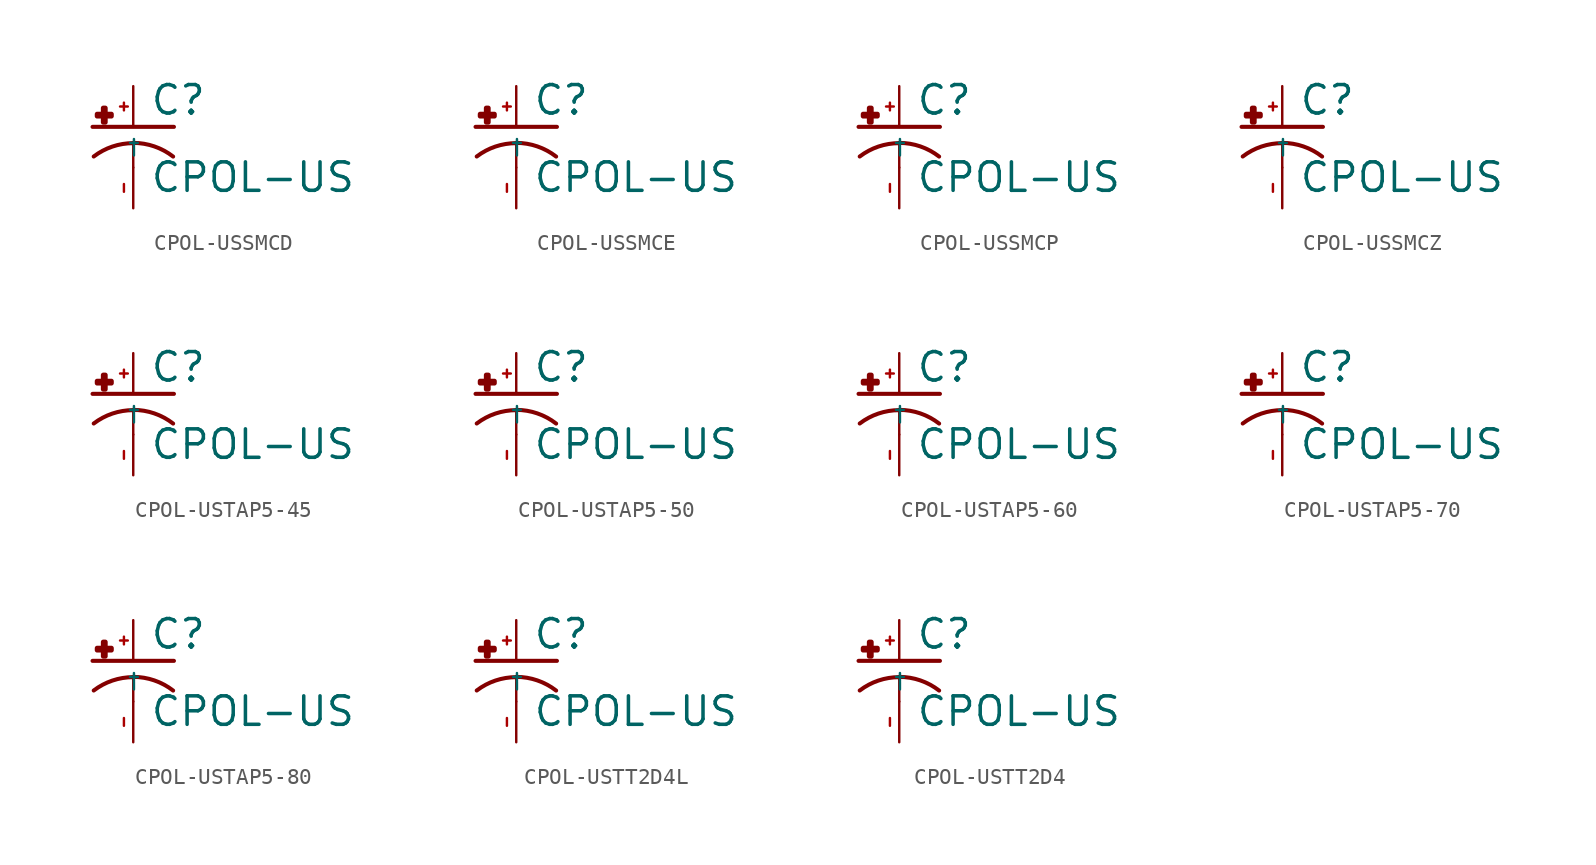
<source format=kicad_sym>
(kicad_symbol_lib
  (version 20220914)
  (generator Eagle2Kicad)
  (symbol "CPOL-USSMCD"
    (property "Reference" "C"
      (at 1.016 0.635 0)
      (effects (font (size 1.778 1.778) (thickness 0.22)) (justify left bottom)))
    (property "Value" "CPOL-US"
      (at 1.016 -4.191 0)
      (effects (font (size 1.778 1.778) (thickness 0.22)) (justify left bottom)))
    (polyline
      (pts (xy -2.54 0) (xy 2.54 0))
      (stroke (width 0.254) (type default))
      (fill (type none)))
    (polyline
      (pts (xy 0 -1.016) (xy 0 -2.54))
      (stroke (width 0.152) (type default))
      (fill (type none)))
    (arc
      (start 2.4892 -1.8542)
      (mid 1.316 -1.220)
      (end 0 -1)
      (stroke (width 0.254) (type default))
      (fill (type none)))
    (arc
      (start 0 -1.0161)
      (mid -1.302 -1.230)
      (end -2.4669 -1.8504)
      (stroke (width 0.254) (type default))
      (fill (type none)))
    (rectangle
      (start -2.253 0.668)
      (end -1.364 0.795)
      (stroke (width 0.3) (type default))
      (fill (type outline)))
    (rectangle
      (start -1.872 0.287)
      (end -1.745 1.176)
      (stroke (width 0.3) (type default))
      (fill (type outline)))
    (pin passive line
      (at 0 2.54 270)
      (length 2.54)
      (name "+" (effects (font (size 0.635 0.635) (thickness 0.08)) (justify left bottom)))
      (number "+" (effects (font (size 0.635 0.635) (thickness 0.08)) (justify left bottom))))
    (pin passive line
      (at 0 -5.08 90)
      (length 2.54)
      (name "-" (effects (font (size 0.635 0.635) (thickness 0.08)) (justify left bottom)))
      (number "-" (effects (font (size 0.635 0.635) (thickness 0.08)) (justify left bottom)))))
  (symbol "CPOL-USSMCE"
    (property "Reference" "C"
      (at 1.016 0.635 0)
      (effects (font (size 1.778 1.778) (thickness 0.22)) (justify left bottom)))
    (property "Value" "CPOL-US"
      (at 1.016 -4.191 0)
      (effects (font (size 1.778 1.778) (thickness 0.22)) (justify left bottom)))
    (polyline
      (pts (xy -2.54 0) (xy 2.54 0))
      (stroke (width 0.254) (type default))
      (fill (type none)))
    (polyline
      (pts (xy 0 -1.016) (xy 0 -2.54))
      (stroke (width 0.152) (type default))
      (fill (type none)))
    (arc
      (start 2.4892 -1.8542)
      (mid 1.316 -1.220)
      (end 0 -1)
      (stroke (width 0.254) (type default))
      (fill (type none)))
    (arc
      (start 0 -1.0161)
      (mid -1.302 -1.230)
      (end -2.4669 -1.8504)
      (stroke (width 0.254) (type default))
      (fill (type none)))
    (rectangle
      (start -2.253 0.668)
      (end -1.364 0.795)
      (stroke (width 0.3) (type default))
      (fill (type outline)))
    (rectangle
      (start -1.872 0.287)
      (end -1.745 1.176)
      (stroke (width 0.3) (type default))
      (fill (type outline)))
    (pin passive line
      (at 0 2.54 270)
      (length 2.54)
      (name "+" (effects (font (size 0.635 0.635) (thickness 0.08)) (justify left bottom)))
      (number "+" (effects (font (size 0.635 0.635) (thickness 0.08)) (justify left bottom))))
    (pin passive line
      (at 0 -5.08 90)
      (length 2.54)
      (name "-" (effects (font (size 0.635 0.635) (thickness 0.08)) (justify left bottom)))
      (number "-" (effects (font (size 0.635 0.635) (thickness 0.08)) (justify left bottom)))))
  (symbol "CPOL-USSMCP"
    (property "Reference" "C"
      (at 1.016 0.635 0)
      (effects (font (size 1.778 1.778) (thickness 0.22)) (justify left bottom)))
    (property "Value" "CPOL-US"
      (at 1.016 -4.191 0)
      (effects (font (size 1.778 1.778) (thickness 0.22)) (justify left bottom)))
    (polyline
      (pts (xy -2.54 0) (xy 2.54 0))
      (stroke (width 0.254) (type default))
      (fill (type none)))
    (polyline
      (pts (xy 0 -1.016) (xy 0 -2.54))
      (stroke (width 0.152) (type default))
      (fill (type none)))
    (arc
      (start 2.4892 -1.8542)
      (mid 1.316 -1.220)
      (end 0 -1)
      (stroke (width 0.254) (type default))
      (fill (type none)))
    (arc
      (start 0 -1.0161)
      (mid -1.302 -1.230)
      (end -2.4669 -1.8504)
      (stroke (width 0.254) (type default))
      (fill (type none)))
    (rectangle
      (start -2.253 0.668)
      (end -1.364 0.795)
      (stroke (width 0.3) (type default))
      (fill (type outline)))
    (rectangle
      (start -1.872 0.287)
      (end -1.745 1.176)
      (stroke (width 0.3) (type default))
      (fill (type outline)))
    (pin passive line
      (at 0 2.54 270)
      (length 2.54)
      (name "+" (effects (font (size 0.635 0.635) (thickness 0.08)) (justify left bottom)))
      (number "+" (effects (font (size 0.635 0.635) (thickness 0.08)) (justify left bottom))))
    (pin passive line
      (at 0 -5.08 90)
      (length 2.54)
      (name "-" (effects (font (size 0.635 0.635) (thickness 0.08)) (justify left bottom)))
      (number "-" (effects (font (size 0.635 0.635) (thickness 0.08)) (justify left bottom)))))
  (symbol "CPOL-USSMCZ"
    (property "Reference" "C"
      (at 1.016 0.635 0)
      (effects (font (size 1.778 1.778) (thickness 0.22)) (justify left bottom)))
    (property "Value" "CPOL-US"
      (at 1.016 -4.191 0)
      (effects (font (size 1.778 1.778) (thickness 0.22)) (justify left bottom)))
    (polyline
      (pts (xy -2.54 0) (xy 2.54 0))
      (stroke (width 0.254) (type default))
      (fill (type none)))
    (polyline
      (pts (xy 0 -1.016) (xy 0 -2.54))
      (stroke (width 0.152) (type default))
      (fill (type none)))
    (arc
      (start 2.4892 -1.8542)
      (mid 1.316 -1.220)
      (end 0 -1)
      (stroke (width 0.254) (type default))
      (fill (type none)))
    (arc
      (start 0 -1.0161)
      (mid -1.302 -1.230)
      (end -2.4669 -1.8504)
      (stroke (width 0.254) (type default))
      (fill (type none)))
    (rectangle
      (start -2.253 0.668)
      (end -1.364 0.795)
      (stroke (width 0.3) (type default))
      (fill (type outline)))
    (rectangle
      (start -1.872 0.287)
      (end -1.745 1.176)
      (stroke (width 0.3) (type default))
      (fill (type outline)))
    (pin passive line
      (at 0 2.54 270)
      (length 2.54)
      (name "+" (effects (font (size 0.635 0.635) (thickness 0.08)) (justify left bottom)))
      (number "+" (effects (font (size 0.635 0.635) (thickness 0.08)) (justify left bottom))))
    (pin passive line
      (at 0 -5.08 90)
      (length 2.54)
      (name "-" (effects (font (size 0.635 0.635) (thickness 0.08)) (justify left bottom)))
      (number "-" (effects (font (size 0.635 0.635) (thickness 0.08)) (justify left bottom)))))
  (symbol "CPOL-USTAP5-45"
    (property "Reference" "C"
      (at 1.016 0.635 0)
      (effects (font (size 1.778 1.778) (thickness 0.22)) (justify left bottom)))
    (property "Value" "CPOL-US"
      (at 1.016 -4.191 0)
      (effects (font (size 1.778 1.778) (thickness 0.22)) (justify left bottom)))
    (polyline
      (pts (xy -2.54 0) (xy 2.54 0))
      (stroke (width 0.254) (type default))
      (fill (type none)))
    (polyline
      (pts (xy 0 -1.016) (xy 0 -2.54))
      (stroke (width 0.152) (type default))
      (fill (type none)))
    (arc
      (start 2.4892 -1.8542)
      (mid 1.316 -1.220)
      (end 0 -1)
      (stroke (width 0.254) (type default))
      (fill (type none)))
    (arc
      (start 0 -1.0161)
      (mid -1.302 -1.230)
      (end -2.4669 -1.8504)
      (stroke (width 0.254) (type default))
      (fill (type none)))
    (rectangle
      (start -2.253 0.668)
      (end -1.364 0.795)
      (stroke (width 0.3) (type default))
      (fill (type outline)))
    (rectangle
      (start -1.872 0.287)
      (end -1.745 1.176)
      (stroke (width 0.3) (type default))
      (fill (type outline)))
    (pin passive line
      (at 0 2.54 270)
      (length 2.54)
      (name "+" (effects (font (size 0.635 0.635) (thickness 0.08)) (justify left bottom)))
      (number "+" (effects (font (size 0.635 0.635) (thickness 0.08)) (justify left bottom))))
    (pin passive line
      (at 0 -5.08 90)
      (length 2.54)
      (name "-" (effects (font (size 0.635 0.635) (thickness 0.08)) (justify left bottom)))
      (number "-" (effects (font (size 0.635 0.635) (thickness 0.08)) (justify left bottom)))))
  (symbol "CPOL-USTAP5-50"
    (property "Reference" "C"
      (at 1.016 0.635 0)
      (effects (font (size 1.778 1.778) (thickness 0.22)) (justify left bottom)))
    (property "Value" "CPOL-US"
      (at 1.016 -4.191 0)
      (effects (font (size 1.778 1.778) (thickness 0.22)) (justify left bottom)))
    (polyline
      (pts (xy -2.54 0) (xy 2.54 0))
      (stroke (width 0.254) (type default))
      (fill (type none)))
    (polyline
      (pts (xy 0 -1.016) (xy 0 -2.54))
      (stroke (width 0.152) (type default))
      (fill (type none)))
    (arc
      (start 2.4892 -1.8542)
      (mid 1.316 -1.220)
      (end 0 -1)
      (stroke (width 0.254) (type default))
      (fill (type none)))
    (arc
      (start 0 -1.0161)
      (mid -1.302 -1.230)
      (end -2.4669 -1.8504)
      (stroke (width 0.254) (type default))
      (fill (type none)))
    (rectangle
      (start -2.253 0.668)
      (end -1.364 0.795)
      (stroke (width 0.3) (type default))
      (fill (type outline)))
    (rectangle
      (start -1.872 0.287)
      (end -1.745 1.176)
      (stroke (width 0.3) (type default))
      (fill (type outline)))
    (pin passive line
      (at 0 2.54 270)
      (length 2.54)
      (name "+" (effects (font (size 0.635 0.635) (thickness 0.08)) (justify left bottom)))
      (number "+" (effects (font (size 0.635 0.635) (thickness 0.08)) (justify left bottom))))
    (pin passive line
      (at 0 -5.08 90)
      (length 2.54)
      (name "-" (effects (font (size 0.635 0.635) (thickness 0.08)) (justify left bottom)))
      (number "-" (effects (font (size 0.635 0.635) (thickness 0.08)) (justify left bottom)))))
  (symbol "CPOL-USTAP5-60"
    (property "Reference" "C"
      (at 1.016 0.635 0)
      (effects (font (size 1.778 1.778) (thickness 0.22)) (justify left bottom)))
    (property "Value" "CPOL-US"
      (at 1.016 -4.191 0)
      (effects (font (size 1.778 1.778) (thickness 0.22)) (justify left bottom)))
    (polyline
      (pts (xy -2.54 0) (xy 2.54 0))
      (stroke (width 0.254) (type default))
      (fill (type none)))
    (polyline
      (pts (xy 0 -1.016) (xy 0 -2.54))
      (stroke (width 0.152) (type default))
      (fill (type none)))
    (arc
      (start 2.4892 -1.8542)
      (mid 1.316 -1.220)
      (end 0 -1)
      (stroke (width 0.254) (type default))
      (fill (type none)))
    (arc
      (start 0 -1.0161)
      (mid -1.302 -1.230)
      (end -2.4669 -1.8504)
      (stroke (width 0.254) (type default))
      (fill (type none)))
    (rectangle
      (start -2.253 0.668)
      (end -1.364 0.795)
      (stroke (width 0.3) (type default))
      (fill (type outline)))
    (rectangle
      (start -1.872 0.287)
      (end -1.745 1.176)
      (stroke (width 0.3) (type default))
      (fill (type outline)))
    (pin passive line
      (at 0 2.54 270)
      (length 2.54)
      (name "+" (effects (font (size 0.635 0.635) (thickness 0.08)) (justify left bottom)))
      (number "+" (effects (font (size 0.635 0.635) (thickness 0.08)) (justify left bottom))))
    (pin passive line
      (at 0 -5.08 90)
      (length 2.54)
      (name "-" (effects (font (size 0.635 0.635) (thickness 0.08)) (justify left bottom)))
      (number "-" (effects (font (size 0.635 0.635) (thickness 0.08)) (justify left bottom)))))
  (symbol "CPOL-USTAP5-70"
    (property "Reference" "C"
      (at 1.016 0.635 0)
      (effects (font (size 1.778 1.778) (thickness 0.22)) (justify left bottom)))
    (property "Value" "CPOL-US"
      (at 1.016 -4.191 0)
      (effects (font (size 1.778 1.778) (thickness 0.22)) (justify left bottom)))
    (polyline
      (pts (xy -2.54 0) (xy 2.54 0))
      (stroke (width 0.254) (type default))
      (fill (type none)))
    (polyline
      (pts (xy 0 -1.016) (xy 0 -2.54))
      (stroke (width 0.152) (type default))
      (fill (type none)))
    (arc
      (start 2.4892 -1.8542)
      (mid 1.316 -1.220)
      (end 0 -1)
      (stroke (width 0.254) (type default))
      (fill (type none)))
    (arc
      (start 0 -1.0161)
      (mid -1.302 -1.230)
      (end -2.4669 -1.8504)
      (stroke (width 0.254) (type default))
      (fill (type none)))
    (rectangle
      (start -2.253 0.668)
      (end -1.364 0.795)
      (stroke (width 0.3) (type default))
      (fill (type outline)))
    (rectangle
      (start -1.872 0.287)
      (end -1.745 1.176)
      (stroke (width 0.3) (type default))
      (fill (type outline)))
    (pin passive line
      (at 0 2.54 270)
      (length 2.54)
      (name "+" (effects (font (size 0.635 0.635) (thickness 0.08)) (justify left bottom)))
      (number "+" (effects (font (size 0.635 0.635) (thickness 0.08)) (justify left bottom))))
    (pin passive line
      (at 0 -5.08 90)
      (length 2.54)
      (name "-" (effects (font (size 0.635 0.635) (thickness 0.08)) (justify left bottom)))
      (number "-" (effects (font (size 0.635 0.635) (thickness 0.08)) (justify left bottom)))))
  (symbol "CPOL-USTAP5-80"
    (property "Reference" "C"
      (at 1.016 0.635 0)
      (effects (font (size 1.778 1.778) (thickness 0.22)) (justify left bottom)))
    (property "Value" "CPOL-US"
      (at 1.016 -4.191 0)
      (effects (font (size 1.778 1.778) (thickness 0.22)) (justify left bottom)))
    (polyline
      (pts (xy -2.54 0) (xy 2.54 0))
      (stroke (width 0.254) (type default))
      (fill (type none)))
    (polyline
      (pts (xy 0 -1.016) (xy 0 -2.54))
      (stroke (width 0.152) (type default))
      (fill (type none)))
    (arc
      (start 2.4892 -1.8542)
      (mid 1.316 -1.220)
      (end 0 -1)
      (stroke (width 0.254) (type default))
      (fill (type none)))
    (arc
      (start 0 -1.0161)
      (mid -1.302 -1.230)
      (end -2.4669 -1.8504)
      (stroke (width 0.254) (type default))
      (fill (type none)))
    (rectangle
      (start -2.253 0.668)
      (end -1.364 0.795)
      (stroke (width 0.3) (type default))
      (fill (type outline)))
    (rectangle
      (start -1.872 0.287)
      (end -1.745 1.176)
      (stroke (width 0.3) (type default))
      (fill (type outline)))
    (pin passive line
      (at 0 2.54 270)
      (length 2.54)
      (name "+" (effects (font (size 0.635 0.635) (thickness 0.08)) (justify left bottom)))
      (number "+" (effects (font (size 0.635 0.635) (thickness 0.08)) (justify left bottom))))
    (pin passive line
      (at 0 -5.08 90)
      (length 2.54)
      (name "-" (effects (font (size 0.635 0.635) (thickness 0.08)) (justify left bottom)))
      (number "-" (effects (font (size 0.635 0.635) (thickness 0.08)) (justify left bottom)))))
  (symbol "CPOL-USTT2D4L"
    (property "Reference" "C"
      (at 1.016 0.635 0)
      (effects (font (size 1.778 1.778) (thickness 0.22)) (justify left bottom)))
    (property "Value" "CPOL-US"
      (at 1.016 -4.191 0)
      (effects (font (size 1.778 1.778) (thickness 0.22)) (justify left bottom)))
    (polyline
      (pts (xy -2.54 0) (xy 2.54 0))
      (stroke (width 0.254) (type default))
      (fill (type none)))
    (polyline
      (pts (xy 0 -1.016) (xy 0 -2.54))
      (stroke (width 0.152) (type default))
      (fill (type none)))
    (arc
      (start 2.4892 -1.8542)
      (mid 1.316 -1.220)
      (end 0 -1)
      (stroke (width 0.254) (type default))
      (fill (type none)))
    (arc
      (start 0 -1.0161)
      (mid -1.302 -1.230)
      (end -2.4669 -1.8504)
      (stroke (width 0.254) (type default))
      (fill (type none)))
    (rectangle
      (start -2.253 0.668)
      (end -1.364 0.795)
      (stroke (width 0.3) (type default))
      (fill (type outline)))
    (rectangle
      (start -1.872 0.287)
      (end -1.745 1.176)
      (stroke (width 0.3) (type default))
      (fill (type outline)))
    (pin passive line
      (at 0 2.54 270)
      (length 2.54)
      (name "+" (effects (font (size 0.635 0.635) (thickness 0.08)) (justify left bottom)))
      (number "+" (effects (font (size 0.635 0.635) (thickness 0.08)) (justify left bottom))))
    (pin passive line
      (at 0 -5.08 90)
      (length 2.54)
      (name "-" (effects (font (size 0.635 0.635) (thickness 0.08)) (justify left bottom)))
      (number "-" (effects (font (size 0.635 0.635) (thickness 0.08)) (justify left bottom)))))
  (symbol "CPOL-USTT2D4"
    (property "Reference" "C"
      (at 1.016 0.635 0)
      (effects (font (size 1.778 1.778) (thickness 0.22)) (justify left bottom)))
    (property "Value" "CPOL-US"
      (at 1.016 -4.191 0)
      (effects (font (size 1.778 1.778) (thickness 0.22)) (justify left bottom)))
    (polyline
      (pts (xy -2.54 0) (xy 2.54 0))
      (stroke (width 0.254) (type default))
      (fill (type none)))
    (polyline
      (pts (xy 0 -1.016) (xy 0 -2.54))
      (stroke (width 0.152) (type default))
      (fill (type none)))
    (arc
      (start 2.4892 -1.8542)
      (mid 1.316 -1.220)
      (end 0 -1)
      (stroke (width 0.254) (type default))
      (fill (type none)))
    (arc
      (start 0 -1.0161)
      (mid -1.302 -1.230)
      (end -2.4669 -1.8504)
      (stroke (width 0.254) (type default))
      (fill (type none)))
    (rectangle
      (start -2.253 0.668)
      (end -1.364 0.795)
      (stroke (width 0.3) (type default))
      (fill (type outline)))
    (rectangle
      (start -1.872 0.287)
      (end -1.745 1.176)
      (stroke (width 0.3) (type default))
      (fill (type outline)))
    (pin passive line
      (at 0 2.54 270)
      (length 2.54)
      (name "+" (effects (font (size 0.635 0.635) (thickness 0.08)) (justify left bottom)))
      (number "+" (effects (font (size 0.635 0.635) (thickness 0.08)) (justify left bottom))))
    (pin passive line
      (at 0 -5.08 90)
      (length 2.54)
      (name "-" (effects (font (size 0.635 0.635) (thickness 0.08)) (justify left bottom)))
      (number "-" (effects (font (size 0.635 0.635) (thickness 0.08)) (justify left bottom))))))
</source>
